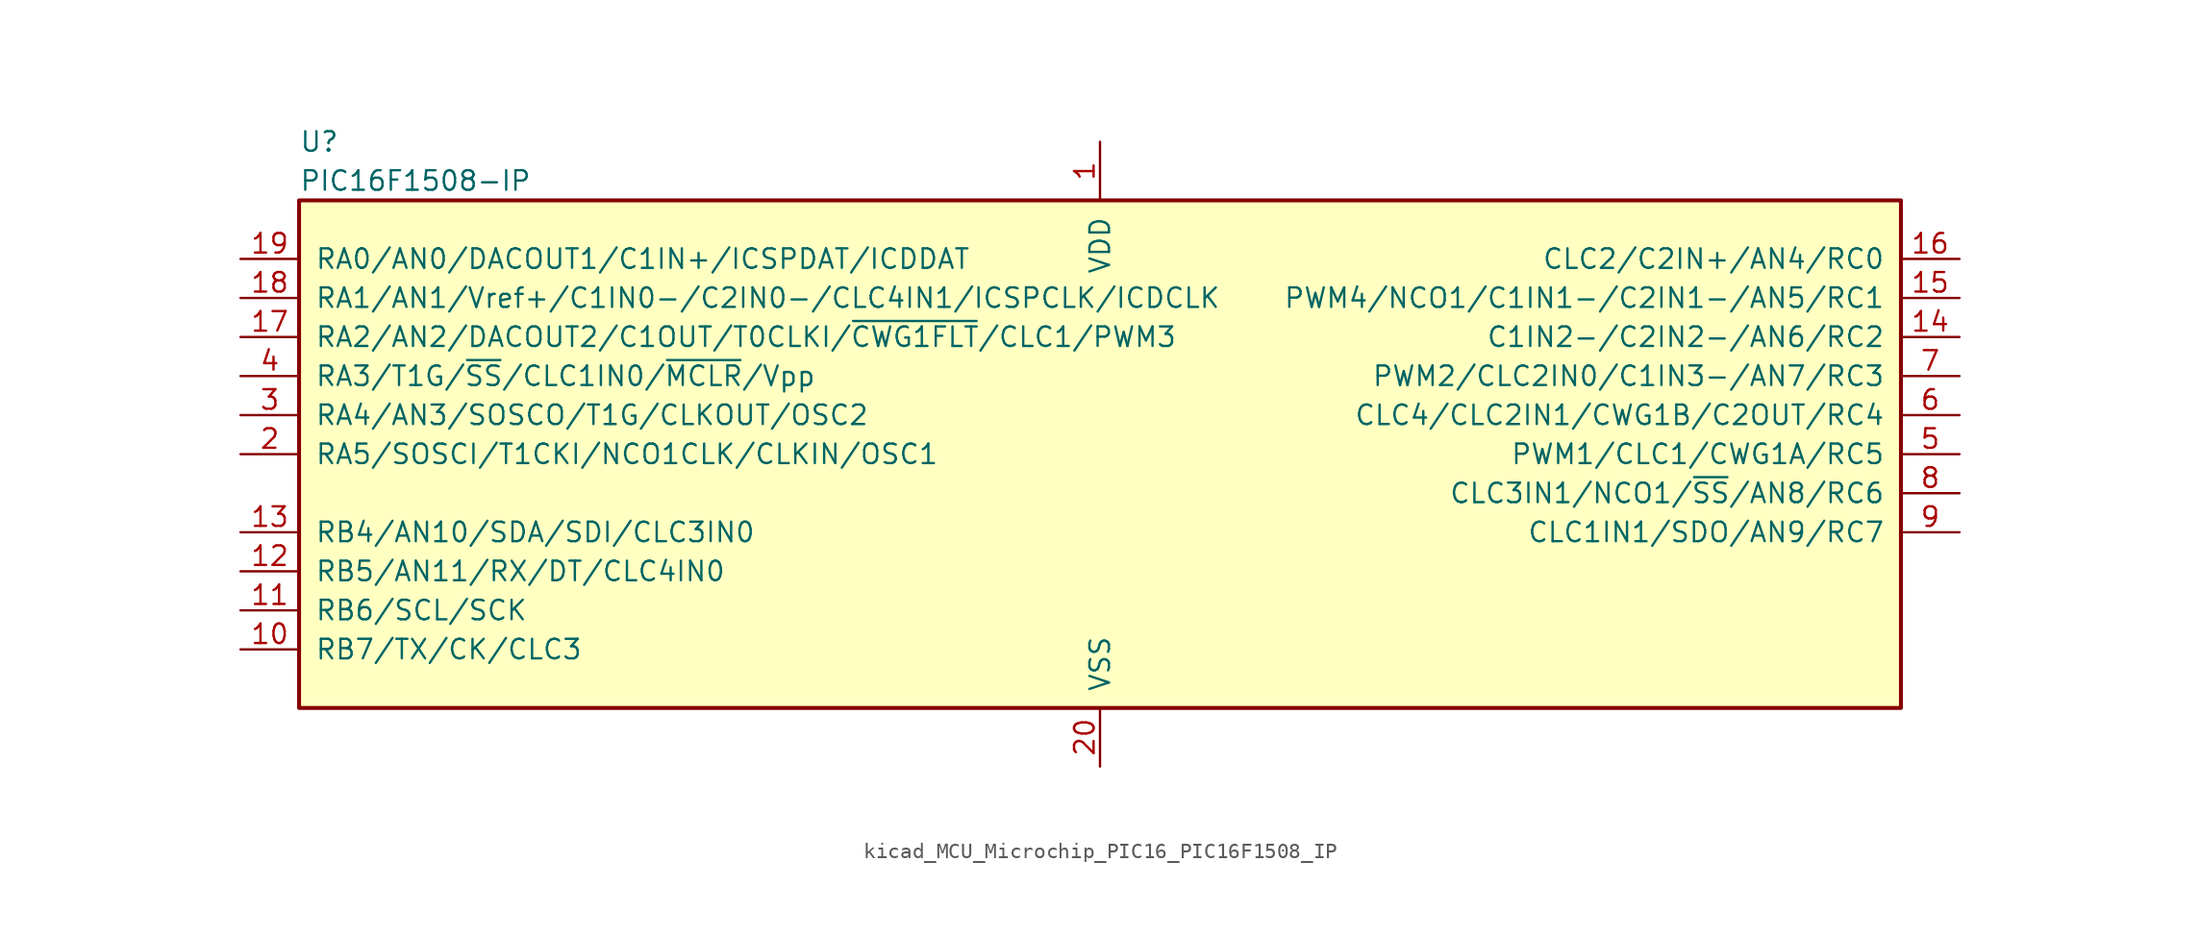
<source format=kicad_sym>
(kicad_symbol_lib
  (version 20220914)
  (generator kicad_symbol_editor)
  (symbol "kicad_MCU_Microchip_PIC16_PIC16F1508_IP"
    (pin_names
      (offset 1.016))
    (property "Reference" "U"
      (at -52.07 20.32 0)
      (effects (font (size 1.27 1.27)) (justify left)))
    (property "Value" "PIC16F1508-IP"
      (at -52.07 17.78 0)
      (effects (font (size 1.27 1.27)) (justify left)))
    (symbol "kicad_MCU_Microchip_PIC16_PIC16F1508_IP_0_1"
      (rectangle (start -52.07 16.51) (end 52.07 -16.51) (stroke (width 0.254) (type default)) (fill (type background))))
    (symbol "kicad_MCU_Microchip_PIC16_PIC16F1508_IP_1_1"
      (pin power_in line (at 0 20.32 270) (length 3.81) (name "VDD" (effects (font (size 1.27 1.27)))) (number "1" (effects (font (size 1.27 1.27)))))
      (pin bidirectional line (at -55.88 -12.7 0) (length 3.81) (name "RB7/TX/CK/CLC3" (effects (font (size 1.27 1.27)))) (number "10" (effects (font (size 1.27 1.27)))))
      (pin bidirectional line (at -55.88 -10.16 0) (length 3.81) (name "RB6/SCL/SCK" (effects (font (size 1.27 1.27)))) (number "11" (effects (font (size 1.27 1.27)))))
      (pin bidirectional line (at -55.88 -7.62 0) (length 3.81) (name "RB5/AN11/RX/DT/CLC4IN0" (effects (font (size 1.27 1.27)))) (number "12" (effects (font (size 1.27 1.27)))))
      (pin bidirectional line (at -55.88 -5.08 0) (length 3.81) (name "RB4/AN10/SDA/SDI/CLC3IN0" (effects (font (size 1.27 1.27)))) (number "13" (effects (font (size 1.27 1.27)))))
      (pin bidirectional line (at 55.88 7.62 180) (length 3.81) (name "C1IN2-/C2IN2-/AN6/RC2" (effects (font (size 1.27 1.27)))) (number "14" (effects (font (size 1.27 1.27)))))
      (pin bidirectional line (at 55.88 10.16 180) (length 3.81) (name "PWM4/NCO1/C1IN1-/C2IN1-/AN5/RC1" (effects (font (size 1.27 1.27)))) (number "15" (effects (font (size 1.27 1.27)))))
      (pin bidirectional line (at 55.88 12.7 180) (length 3.81) (name "CLC2/C2IN+/AN4/RC0" (effects (font (size 1.27 1.27)))) (number "16" (effects (font (size 1.27 1.27)))))
      (pin bidirectional line (at -55.88 7.62 0) (length 3.81) (name "RA2/AN2/DACOUT2/C1OUT/T0CLKI/~{CWG1FLT}/CLC1/PWM3" (effects (font (size 1.27 1.27)))) (number "17" (effects (font (size 1.27 1.27)))))
      (pin bidirectional line (at -55.88 10.16 0) (length 3.81) (name "RA1/AN1/Vref+/C1IN0-/C2IN0-/CLC4IN1/ICSPCLK/ICDCLK" (effects (font (size 1.27 1.27)))) (number "18" (effects (font (size 1.27 1.27)))))
      (pin bidirectional line (at -55.88 12.7 0) (length 3.81) (name "RA0/AN0/DACOUT1/C1IN+/ICSPDAT/ICDDAT" (effects (font (size 1.27 1.27)))) (number "19" (effects (font (size 1.27 1.27)))))
      (pin bidirectional line (at -55.88 0 0) (length 3.81) (name "RA5/SOSCI/T1CKI/NCO1CLK/CLKIN/OSC1" (effects (font (size 1.27 1.27)))) (number "2" (effects (font (size 1.27 1.27)))))
      (pin power_in line (at 0 -20.32 90) (length 3.81) (name "VSS" (effects (font (size 1.27 1.27)))) (number "20" (effects (font (size 1.27 1.27)))))
      (pin bidirectional line (at -55.88 2.54 0) (length 3.81) (name "RA4/AN3/SOSCO/T1G/CLKOUT/OSC2" (effects (font (size 1.27 1.27)))) (number "3" (effects (font (size 1.27 1.27)))))
      (pin input line (at -55.88 5.08 0) (length 3.81) (name "RA3/T1G/~{SS}/CLC1IN0/~{MCLR}/Vpp" (effects (font (size 1.27 1.27)))) (number "4" (effects (font (size 1.27 1.27)))))
      (pin bidirectional line (at 55.88 0 180) (length 3.81) (name "PWM1/CLC1/CWG1A/RC5" (effects (font (size 1.27 1.27)))) (number "5" (effects (font (size 1.27 1.27)))))
      (pin bidirectional line (at 55.88 2.54 180) (length 3.81) (name "CLC4/CLC2IN1/CWG1B/C2OUT/RC4" (effects (font (size 1.27 1.27)))) (number "6" (effects (font (size 1.27 1.27)))))
      (pin bidirectional line (at 55.88 5.08 180) (length 3.81) (name "PWM2/CLC2IN0/C1IN3-/AN7/RC3" (effects (font (size 1.27 1.27)))) (number "7" (effects (font (size 1.27 1.27)))))
      (pin bidirectional line (at 55.88 -2.54 180) (length 3.81) (name "CLC3IN1/NCO1/~{SS}/AN8/RC6" (effects (font (size 1.27 1.27)))) (number "8" (effects (font (size 1.27 1.27)))))
      (pin bidirectional line (at 55.88 -5.08 180) (length 3.81) (name "CLC1IN1/SDO/AN9/RC7" (effects (font (size 1.27 1.27)))) (number "9" (effects (font (size 1.27 1.27))))))))
</source>
